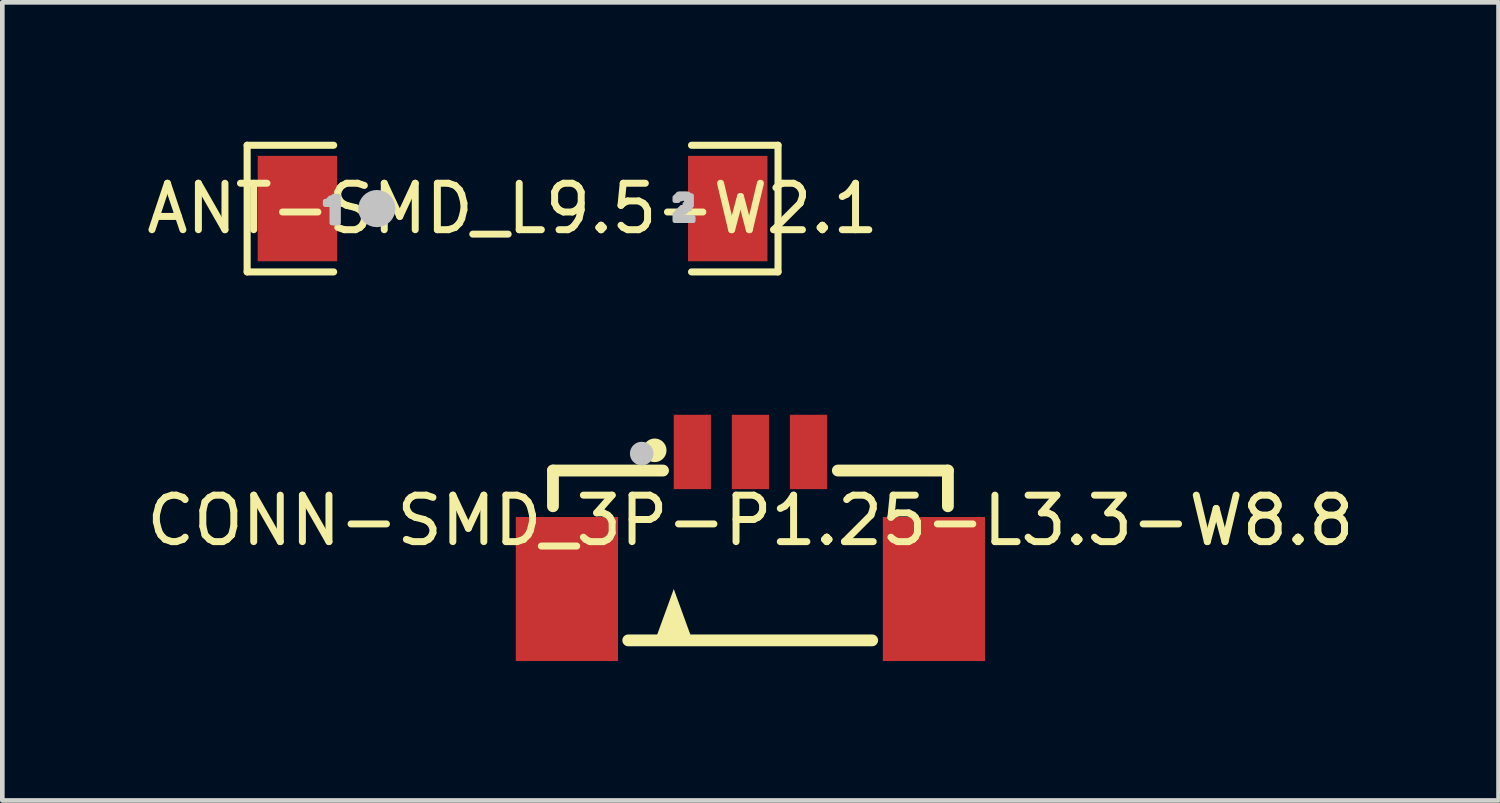
<source format=kicad_pcb>
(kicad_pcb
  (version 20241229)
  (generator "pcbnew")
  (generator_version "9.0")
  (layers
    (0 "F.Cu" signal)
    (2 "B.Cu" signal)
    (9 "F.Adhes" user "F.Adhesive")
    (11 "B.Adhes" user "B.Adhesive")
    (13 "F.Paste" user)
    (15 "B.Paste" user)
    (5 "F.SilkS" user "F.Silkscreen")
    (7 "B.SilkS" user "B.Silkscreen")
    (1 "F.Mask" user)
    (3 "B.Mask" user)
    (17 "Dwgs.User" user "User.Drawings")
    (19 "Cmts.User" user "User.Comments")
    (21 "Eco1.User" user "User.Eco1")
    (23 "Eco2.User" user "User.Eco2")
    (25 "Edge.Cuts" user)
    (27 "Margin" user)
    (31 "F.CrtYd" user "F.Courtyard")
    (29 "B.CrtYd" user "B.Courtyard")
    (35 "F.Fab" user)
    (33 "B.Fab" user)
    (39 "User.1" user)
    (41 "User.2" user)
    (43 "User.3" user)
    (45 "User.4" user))
  (footprint "ANT-SMD_L9.5-W2.1"
    (layer "F.Cu")
    (at 7.982 1.439)
    (property "Reference" "ANT-SMD_L9.5-W2.1" (at 0 0 0) (layer "F.SilkS") (effects (font (size 1 1) (thickness 0.15))))
    (fp_line (start -5.713 -1.363) (end -3.851 -1.363) (stroke (width 0.152) (type default)) (layer "F.SilkS"))
    (fp_line (start -5.713 1.363) (end -5.713 -1.363) (stroke (width 0.152) (type default)) (layer "F.SilkS"))
    (fp_line (start -3.851 1.363) (end -5.713 1.363) (stroke (width 0.152) (type default)) (layer "F.SilkS"))
    (fp_line (start 3.851 1.363) (end 5.713 1.363) (stroke (width 0.152) (type default)) (layer "F.SilkS"))
    (fp_line (start 5.713 -1.363) (end 3.851 -1.363) (stroke (width 0.152) (type default)) (layer "F.SilkS"))
    (fp_line (start 5.713 1.363) (end 5.713 -1.363) (stroke (width 0.152) (type default)) (layer "F.SilkS"))
    (fp_poly (pts (xy -3.775 1.034) (xy -3.775 0.485) (xy -3.875 0.386) (xy -4.256 0.386) (xy -4.356 0.285) (xy -4.356 -0.285) (xy -4.256 -0.386) (xy -3.875 -0.386) (xy -3.775 -0.485) (xy -3.775 -1.034) (xy -3.875 -1.134) (xy -5.385 -1.134) (xy -5.485 -1.034) (xy -5.485 1.034) (xy -5.385 1.134) (xy -3.875 1.134)) (stroke (width 0) (type default)) (fill yes) (layer "F.Paste"))
    (fp_poly (pts (xy 3.775 1.034) (xy 3.775 0.485) (xy 3.875 0.386) (xy 4.256 0.386) (xy 4.356 0.285) (xy 4.356 -0.285) (xy 4.256 -0.386) (xy 3.875 -0.386) (xy 3.775 -0.485) (xy 3.775 -1.034) (xy 3.875 -1.134) (xy 5.385 -1.134) (xy 5.485 -1.034) (xy 5.485 1.034) (xy 5.385 1.134) (xy 3.875 1.134)) (stroke (width 0) (type default)) (fill yes) (layer "F.Paste"))
    (fp_circle (center -2.921 0) (end -2.721 0) (stroke (width 0.4) (type default)) (fill no) (layer "Dwgs.User"))
    (fp_poly (pts (xy -4.034 -0.158) (xy -3.998 -0.158) (xy -3.998 -0.086) (xy -4.034 -0.086)) (stroke (width 0.1) (type default)) (fill no) (layer "Dwgs.User"))
    (fp_poly (pts (xy -3.998 -0.158) (xy -3.962 -0.158) (xy -3.962 -0.086) (xy -3.998 -0.086)) (stroke (width 0.1) (type default)) (fill no) (layer "Dwgs.User"))
    (fp_poly (pts (xy -3.962 -0.194) (xy -3.926 -0.194) (xy -3.926 -0.086) (xy -3.962 -0.086)) (stroke (width 0.1) (type default)) (fill no) (layer "Dwgs.User"))
    (fp_poly (pts (xy -3.926 -0.23) (xy -3.89 -0.23) (xy -3.89 -0.121) (xy -3.926 -0.121)) (stroke (width 0.1) (type default)) (fill no) (layer "Dwgs.User"))
    (fp_poly (pts (xy -3.89 -0.23) (xy -3.854 -0.23) (xy -3.854 0.31) (xy -3.89 0.31)) (stroke (width 0.1) (type default)) (fill no) (layer "Dwgs.User"))
    (fp_poly (pts (xy -3.854 -0.266) (xy -3.818 -0.266) (xy -3.818 0.31) (xy -3.854 0.31)) (stroke (width 0.1) (type default)) (fill no) (layer "Dwgs.User"))
    (fp_poly (pts (xy -3.818 -0.266) (xy -3.782 -0.266) (xy -3.782 0.31) (xy -3.818 0.31)) (stroke (width 0.1) (type default)) (fill no) (layer "Dwgs.User"))
    (fp_poly (pts (xy -3.782 -0.266) (xy -3.746 -0.266) (xy -3.746 0.31) (xy -3.782 0.31)) (stroke (width 0.1) (type default)) (fill no) (layer "Dwgs.User"))
    (fp_poly (pts (xy 3.492 -0.243) (xy 3.528 -0.243) (xy 3.528 -0.171) (xy 3.492 -0.171)) (stroke (width 0.1) (type default)) (fill no) (layer "Dwgs.User"))
    (fp_poly (pts (xy 3.492 0.117) (xy 3.528 0.117) (xy 3.528 0.261) (xy 3.492 0.261)) (stroke (width 0.1) (type default)) (fill no) (layer "Dwgs.User"))
    (fp_poly (pts (xy 3.528 -0.279) (xy 3.564 -0.279) (xy 3.564 -0.171) (xy 3.528 -0.171)) (stroke (width 0.1) (type default)) (fill no) (layer "Dwgs.User"))
    (fp_poly (pts (xy 3.528 0.081) (xy 3.564 0.081) (xy 3.564 0.261) (xy 3.528 0.261)) (stroke (width 0.1) (type default)) (fill no) (layer "Dwgs.User"))
    (fp_poly (pts (xy 3.564 -0.315) (xy 3.6 -0.315) (xy 3.6 -0.207) (xy 3.564 -0.207)) (stroke (width 0.1) (type default)) (fill no) (layer "Dwgs.User"))
    (fp_poly (pts (xy 3.564 0.045) (xy 3.6 0.045) (xy 3.6 0.261) (xy 3.564 0.261)) (stroke (width 0.1) (type default)) (fill no) (layer "Dwgs.User"))
    (fp_poly (pts (xy 3.6 -0.315) (xy 3.636 -0.315) (xy 3.636 -0.207) (xy 3.6 -0.207)) (stroke (width 0.1) (type default)) (fill no) (layer "Dwgs.User"))
    (fp_poly (pts (xy 3.6 0.009) (xy 3.636 0.009) (xy 3.636 0.117) (xy 3.6 0.117)) (stroke (width 0.1) (type default)) (fill no) (layer "Dwgs.User"))
    (fp_poly (pts (xy 3.6 0.189) (xy 3.636 0.189) (xy 3.636 0.261) (xy 3.6 0.261)) (stroke (width 0.1) (type default)) (fill no) (layer "Dwgs.User"))
    (fp_poly (pts (xy 3.636 -0.315) (xy 3.672 -0.315) (xy 3.672 -0.243) (xy 3.636 -0.243)) (stroke (width 0.1) (type default)) (fill no) (layer "Dwgs.User"))
    (fp_poly (pts (xy 3.636 -0.027) (xy 3.672 -0.027) (xy 3.672 0.081) (xy 3.636 0.081)) (stroke (width 0.1) (type default)) (fill no) (layer "Dwgs.User"))
    (fp_poly (pts (xy 3.636 0.189) (xy 3.672 0.189) (xy 3.672 0.261) (xy 3.636 0.261)) (stroke (width 0.1) (type default)) (fill no) (layer "Dwgs.User"))
    (fp_poly (pts (xy 3.672 -0.315) (xy 3.708 -0.315) (xy 3.708 -0.243) (xy 3.672 -0.243)) (stroke (width 0.1) (type default)) (fill no) (layer "Dwgs.User"))
    (fp_poly (pts (xy 3.672 -0.027) (xy 3.708 -0.027) (xy 3.708 0.081) (xy 3.672 0.081)) (stroke (width 0.1) (type default)) (fill no) (layer "Dwgs.User"))
    (fp_poly (pts (xy 3.672 0.189) (xy 3.708 0.189) (xy 3.708 0.261) (xy 3.672 0.261)) (stroke (width 0.1) (type default)) (fill no) (layer "Dwgs.User"))
    (fp_poly (pts (xy 3.708 -0.315) (xy 3.744 -0.315) (xy 3.744 -0.207) (xy 3.708 -0.207)) (stroke (width 0.1) (type default)) (fill no) (layer "Dwgs.User"))
    (fp_poly (pts (xy 3.708 -0.099) (xy 3.744 -0.099) (xy 3.744 0.045) (xy 3.708 0.045)) (stroke (width 0.1) (type default)) (fill no) (layer "Dwgs.User"))
    (fp_poly (pts (xy 3.708 0.189) (xy 3.744 0.189) (xy 3.744 0.261) (xy 3.708 0.261)) (stroke (width 0.1) (type default)) (fill no) (layer "Dwgs.User"))
    (fp_poly (pts (xy 3.744 -0.315) (xy 3.78 -0.315) (xy 3.78 0.009) (xy 3.744 0.009)) (stroke (width 0.1) (type default)) (fill no) (layer "Dwgs.User"))
    (fp_poly (pts (xy 3.744 0.189) (xy 3.78 0.189) (xy 3.78 0.261) (xy 3.744 0.261)) (stroke (width 0.1) (type default)) (fill no) (layer "Dwgs.User"))
    (fp_poly (pts (xy 3.78 -0.279) (xy 3.816 -0.279) (xy 3.816 0.009) (xy 3.78 0.009)) (stroke (width 0.1) (type default)) (fill no) (layer "Dwgs.User"))
    (fp_poly (pts (xy 3.78 0.189) (xy 3.816 0.189) (xy 3.816 0.261) (xy 3.78 0.261)) (stroke (width 0.1) (type default)) (fill no) (layer "Dwgs.User"))
    (fp_poly (pts (xy 3.816 -0.279) (xy 3.852 -0.279) (xy 3.852 -0.063) (xy 3.816 -0.063)) (stroke (width 0.1) (type default)) (fill no) (layer "Dwgs.User"))
    (fp_poly (pts (xy 3.816 0.189) (xy 3.852 0.189) (xy 3.852 0.261) (xy 3.816 0.261)) (stroke (width 0.1) (type default)) (fill no) (layer "Dwgs.User"))
    (fp_poly (pts (xy 3.852 0.189) (xy 3.888 0.189) (xy 3.888 0.261) (xy 3.852 0.261)) (stroke (width 0.1) (type default)) (fill no) (layer "Dwgs.User"))
    (fp_poly (pts (xy -4.75 1.05) (xy -4.75 -1.05) (xy -4.1 -1.05) (xy -4.1 1.05)) (stroke (width 0.1) (type default)) (fill no) (layer "User.1"))
    (fp_poly (pts (xy 4.75 1.05) (xy 4.75 -1.05) (xy 4.1 -1.05) (xy 4.1 1.05)) (stroke (width 0.1) (type default)) (fill no) (layer "User.1"))
    (fp_line (start -4.75 -1.05) (end 4.75 -1.05) (stroke (width 0.051) (type default)) (layer "User.2"))
    (fp_line (start -4.75 1.05) (end -4.75 -1.05) (stroke (width 0.051) (type default)) (layer "User.2"))
    (fp_line (start 4.75 -1.05) (end 4.75 1.05) (stroke (width 0.051) (type default)) (layer "User.2"))
    (fp_line (start 4.75 1.05) (end -4.75 1.05) (stroke (width 0.051) (type default)) (layer "User.2"))
    (fp_poly (pts (xy -4.695 1.027) (xy -4.727 0.995) (xy -4.773 0.995) (xy -4.805 1.027) (xy -4.805 1.073) (xy -4.773 1.105) (xy -4.727 1.105) (xy -4.695 1.073)) (stroke (width 0.1) (type default)) (fill no) (layer "User.3"))
    (pad "1" smd rect (at -4.63 0) (size 1.71 2.268) (layers "F.Cu" "F.Mask" "F.Paste"))
    (pad "2" smd rect (at 4.63 0) (size 1.71 2.268) (layers "F.Cu" "F.Mask" "F.Paste")))
  (footprint "CONN-SMD_3P-P1.25-L3.3-W8.8"
    (layer "F.Cu")
    (at 13.101 8.152)
    (property "Reference" "CONN-SMD_3P-P1.25-L3.3-W8.8" (at 0 0 0) (layer "F.SilkS") (effects (font (size 1 1) (thickness 0.15))))
    (fp_line (start -4.25 -1.075) (end -4.25 -0.306) (stroke (width 0.254) (type default)) (layer "F.SilkS"))
    (fp_line (start -1.881 -1.075) (end -4.25 -1.075) (stroke (width 0.254) (type default)) (layer "F.SilkS"))
    (fp_line (start 2.62 2.58) (end -2.63 2.58) (stroke (width 0.254) (type default)) (layer "F.SilkS"))
    (fp_line (start 4.25 -1.075) (end 1.881 -1.075) (stroke (width 0.254) (type default)) (layer "F.SilkS"))
    (fp_line (start 4.25 -1.075) (end 4.25 -0.306) (stroke (width 0.254) (type default)) (layer "F.SilkS"))
    (fp_circle (center -2.06 -1.51) (end -1.933 -1.51) (stroke (width 0.254) (type default)) (fill no) (layer "F.SilkS"))
    (fp_poly (pts (xy -2.05 2.575) (xy -1.25 2.575) (xy -1.65 1.475)) (stroke (width 0) (type default)) (fill yes) (layer "F.SilkS"))
    (fp_circle (center -2.34 -1.44) (end -2.213 -1.44) (stroke (width 0.254) (type default)) (fill no) (layer "Dwgs.User"))
    (fp_poly (pts (xy -4.25 0.425) (xy -3.05 0.425) (xy -3.05 2.425) (xy -4.25 2.425)) (stroke (width 0.1) (type default)) (fill no) (layer "User.1"))
    (fp_poly (pts (xy -1.4 -1.475) (xy -1.1 -1.475) (xy -1.1 -0.675) (xy -1.4 -0.675)) (stroke (width 0.1) (type default)) (fill no) (layer "User.1"))
    (fp_poly (pts (xy -0.15 -1.475) (xy 0.15 -1.475) (xy 0.15 -0.675) (xy -0.15 -0.675)) (stroke (width 0.1) (type default)) (fill no) (layer "User.1"))
    (fp_poly (pts (xy 1.1 -1.475) (xy 1.4 -1.475) (xy 1.4 -0.675) (xy 1.1 -0.675)) (stroke (width 0.1) (type default)) (fill no) (layer "User.1"))
    (fp_poly (pts (xy 3.05 0.425) (xy 4.25 0.425) (xy 4.25 2.425) (xy 3.05 2.425)) (stroke (width 0.1) (type default)) (fill no) (layer "User.1"))
    (fp_line (start -4.25 -0.45) (end -2.75 -0.45) (stroke (width 0.051) (type default)) (layer "User.2"))
    (fp_line (start -4.25 2.425) (end -4.25 -0.45) (stroke (width 0.051) (type default)) (layer "User.2"))
    (fp_line (start -2.75 -0.86) (end 2.75 -0.86) (stroke (width 0.051) (type default)) (layer "User.2"))
    (fp_line (start -2.75 -0.45) (end -2.75 -0.86) (stroke (width 0.051) (type default)) (layer "User.2"))
    (fp_line (start 2.75 -0.86) (end 2.75 -0.45) (stroke (width 0.051) (type default)) (layer "User.2"))
    (fp_line (start 2.75 -0.45) (end 4.25 -0.45) (stroke (width 0.051) (type default)) (layer "User.2"))
    (fp_line (start 4.25 -0.45) (end 4.25 2.425) (stroke (width 0.051) (type default)) (layer "User.2"))
    (fp_line (start 4.25 2.425) (end -4.25 2.425) (stroke (width 0.051) (type default)) (layer "User.2"))
    (fp_poly (pts (xy -4.195 -1.498) (xy -4.227 -1.53) (xy -4.273 -1.53) (xy -4.305 -1.498) (xy -4.305 -1.452) (xy -4.273 -1.42) (xy -4.227 -1.42) (xy -4.195 -1.452)) (stroke (width 0.1) (type default)) (fill no) (layer "User.3"))
    (pad "1" smd rect (at -1.25 -1.475) (size 0.8 1.6) (layers "F.Cu" "F.Mask" "F.Paste"))
    (pad "2" smd rect (at 0 -1.475) (size 0.8 1.6) (layers "F.Cu" "F.Mask" "F.Paste"))
    (pad "3" smd rect (at 1.25 -1.475) (size 0.8 1.6) (layers "F.Cu" "F.Mask" "F.Paste"))
    (pad "4" smd rect (at 3.95 1.475) (size 2.2 3.1) (layers "F.Cu" "F.Mask" "F.Paste"))
    (pad "5" smd rect (at -3.95 1.475) (size 2.2 3.1) (layers "F.Cu" "F.Mask" "F.Paste")))
  (gr_rect
    (start -3 -3)
    (end 29.202 14.178)
    (stroke (width 0.1) (type default))
    (fill no)
    (layer "Edge.Cuts")))
</source>
